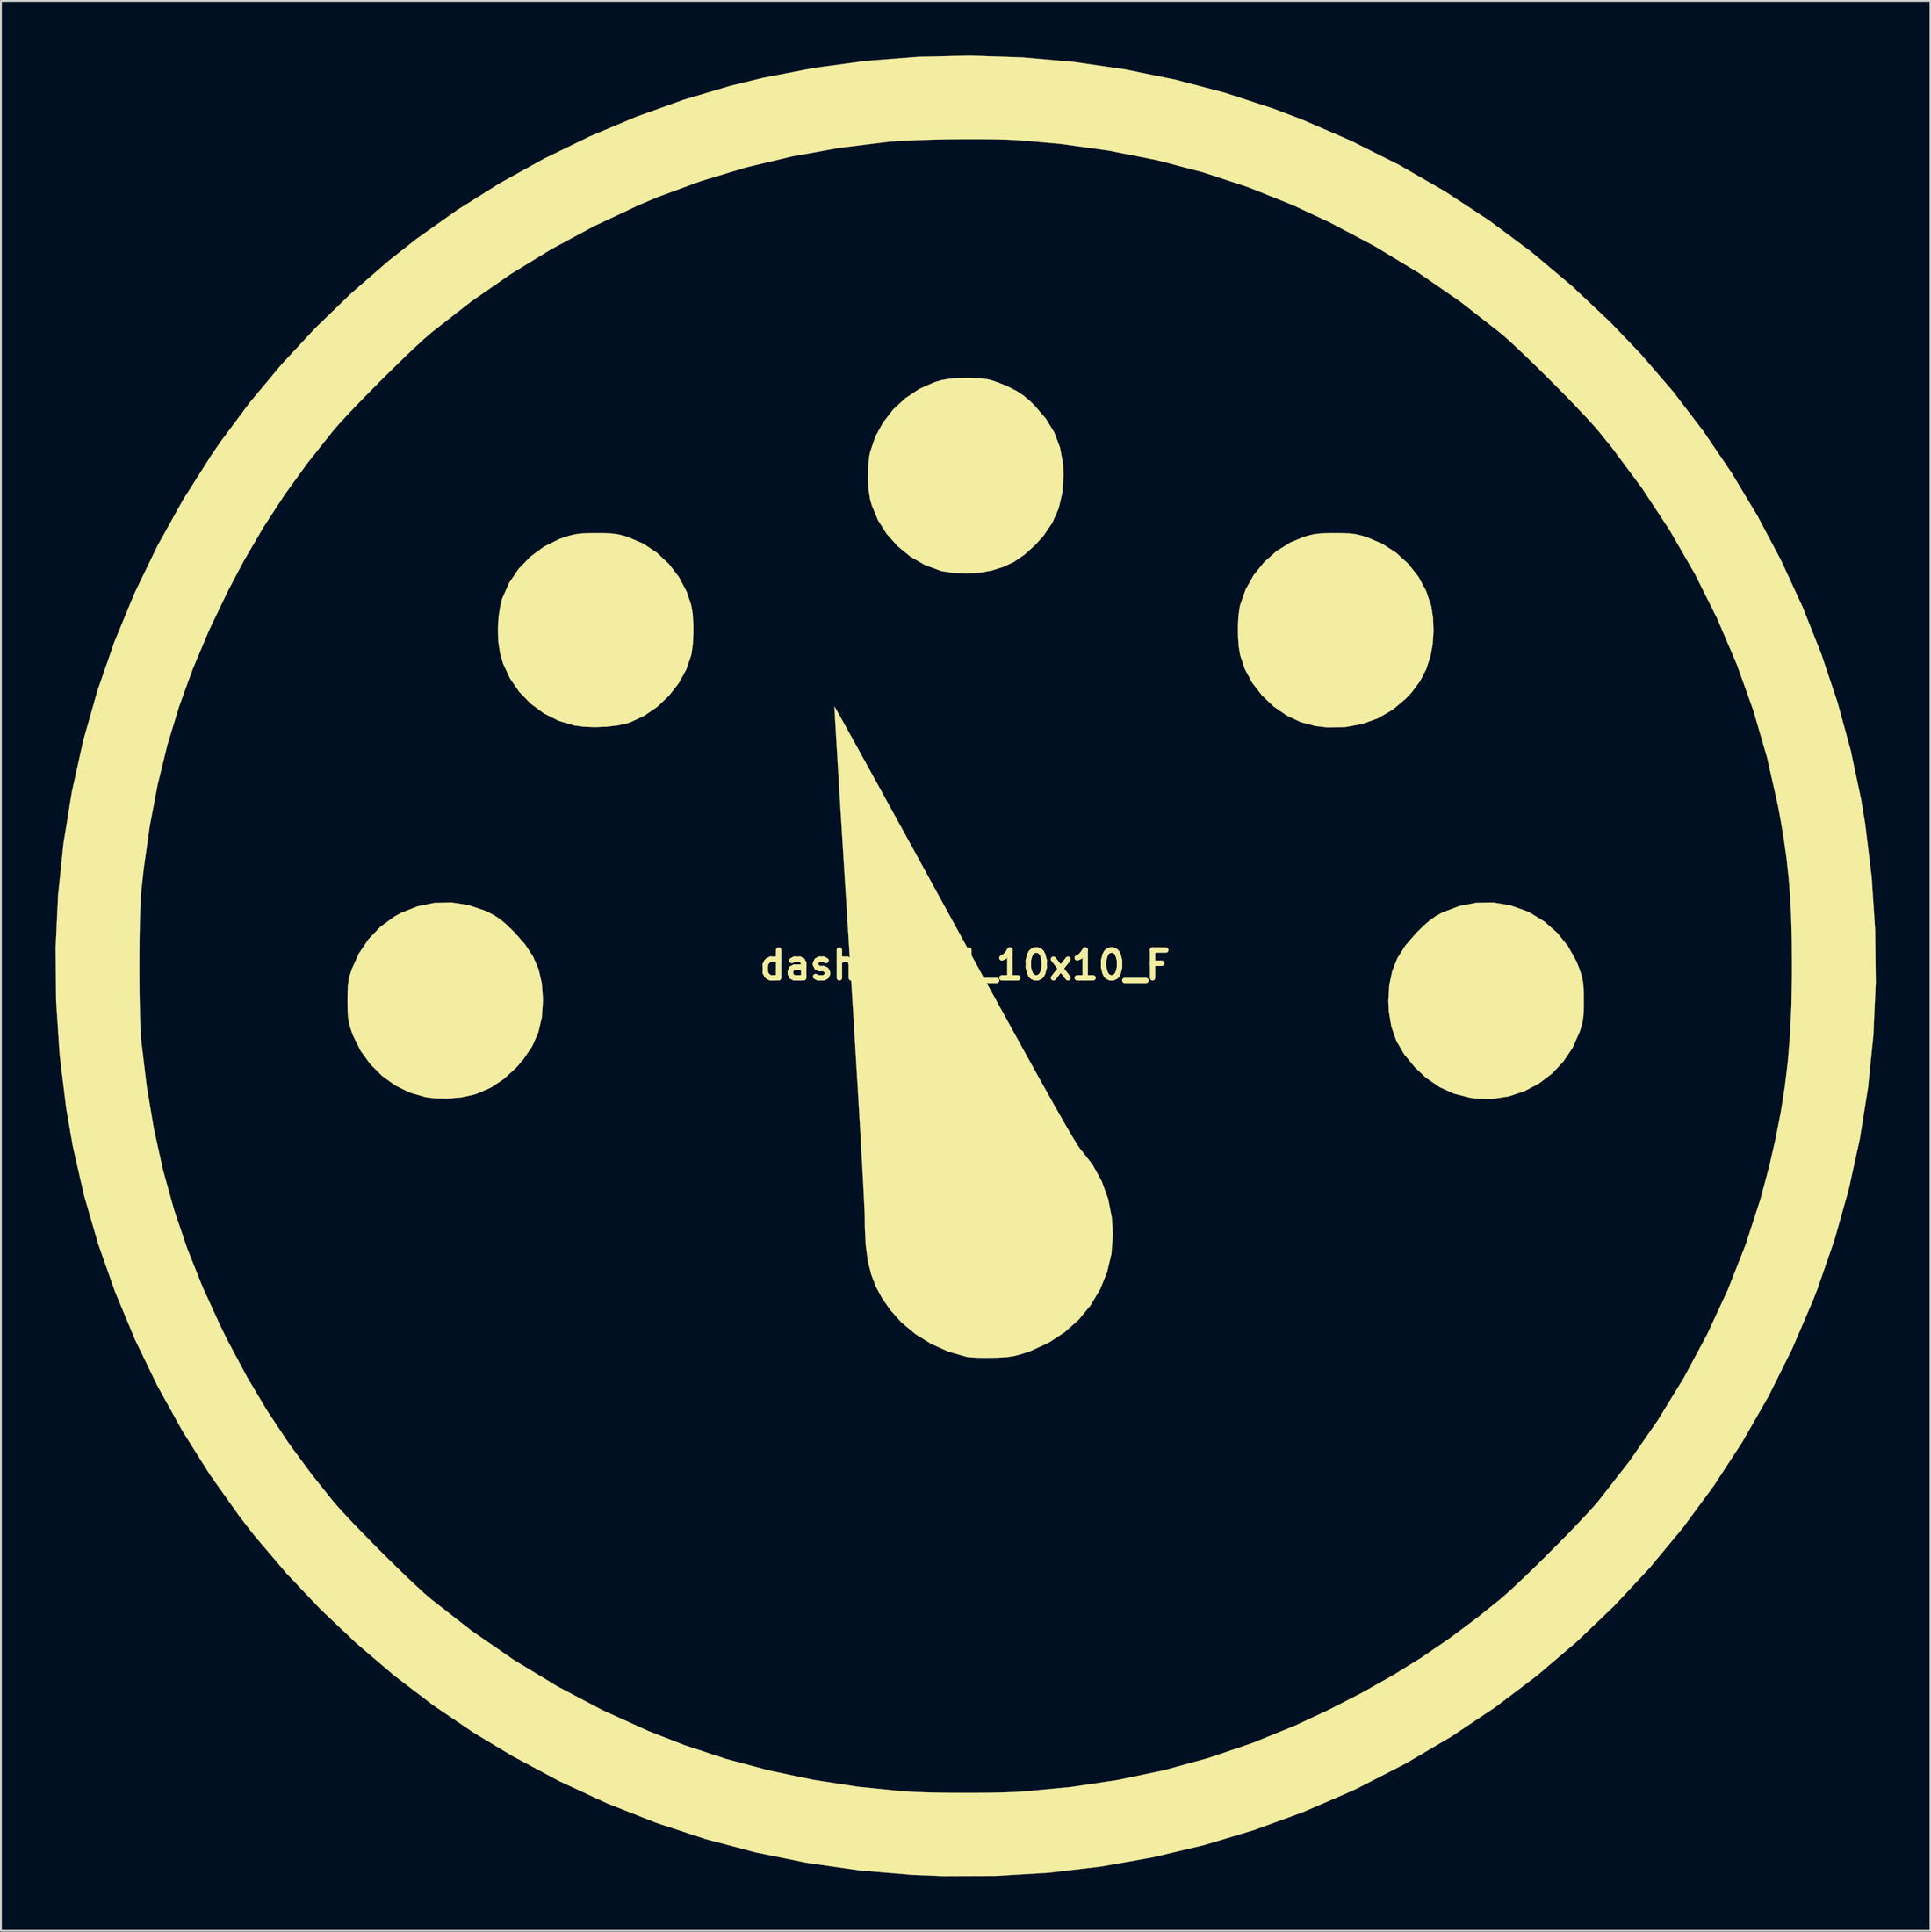
<source format=kicad_pcb>
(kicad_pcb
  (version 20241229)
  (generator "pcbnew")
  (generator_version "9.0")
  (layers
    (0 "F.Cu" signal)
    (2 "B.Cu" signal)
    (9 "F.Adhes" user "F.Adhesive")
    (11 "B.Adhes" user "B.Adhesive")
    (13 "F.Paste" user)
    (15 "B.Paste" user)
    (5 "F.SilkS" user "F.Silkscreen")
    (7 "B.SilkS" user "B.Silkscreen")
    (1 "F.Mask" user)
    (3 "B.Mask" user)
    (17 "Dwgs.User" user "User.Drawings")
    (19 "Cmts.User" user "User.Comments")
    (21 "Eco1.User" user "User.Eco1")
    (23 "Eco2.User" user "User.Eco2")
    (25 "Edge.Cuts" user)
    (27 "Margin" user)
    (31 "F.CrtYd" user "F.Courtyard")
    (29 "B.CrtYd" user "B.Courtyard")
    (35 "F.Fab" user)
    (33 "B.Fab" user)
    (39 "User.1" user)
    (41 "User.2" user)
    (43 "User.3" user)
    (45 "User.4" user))
  (footprint "dashboard_10x10_F"
    (layer "F.Cu")
    (at 49.94 49.951)
    (property "Reference" "dashboard_10x10_F" (at 0 0 0) (layer "F.SilkS") (effects (font (size 1.524 1.524) (thickness 0.3))))
    (attr through_hole)
    (fp_poly (pts (xy 20.803 -23.727) (xy 21.169 -23.708) (xy 21.472 -23.668) (xy 21.764 -23.599) (xy 22.074 -23.505) (xy 22.913 -23.146) (xy 23.677 -22.653) (xy 24.345 -22.044) (xy 24.903 -21.337) (xy 25.33 -20.552) (xy 25.608 -19.723) (xy 25.708 -19.072) (xy 25.734 -18.345) (xy 25.686 -17.615) (xy 25.571 -16.984) (xy 25.332 -16.252) (xy 25 -15.607) (xy 24.548 -15) (xy 24.213 -14.639) (xy 23.492 -14.03) (xy 22.686 -13.563) (xy 21.81 -13.242) (xy 20.878 -13.072) (xy 19.903 -13.056) (xy 19.249 -13.131) (xy 18.44 -13.349) (xy 17.668 -13.715) (xy 16.954 -14.209) (xy 16.32 -14.811) (xy 15.786 -15.499) (xy 15.376 -16.254) (xy 15.116 -17.027) (xy 15.039 -17.497) (xy 14.998 -18.06) (xy 14.994 -18.654) (xy 15.026 -19.218) (xy 15.095 -19.69) (xy 15.114 -19.773) (xy 15.417 -20.633) (xy 15.863 -21.426) (xy 16.434 -22.134) (xy 17.112 -22.737) (xy 17.879 -23.216) (xy 18.584 -23.509) (xy 18.908 -23.608) (xy 19.196 -23.673) (xy 19.503 -23.71) (xy 19.879 -23.728) (xy 20.32 -23.732) (xy 20.803 -23.727)) (stroke (width 0.01) (type solid)) (fill yes) (layer "F.SilkS"))
    (fp_poly (pts (xy -19.752 -23.727) (xy -19.385 -23.708) (xy -19.083 -23.667) (xy -18.793 -23.6) (xy -18.5 -23.509) (xy -17.671 -23.151) (xy -16.916 -22.651) (xy -16.253 -22.031) (xy -15.701 -21.309) (xy -15.276 -20.504) (xy -15.03 -19.773) (xy -14.953 -19.328) (xy -14.913 -18.778) (xy -14.91 -18.186) (xy -14.943 -17.611) (xy -15.012 -17.116) (xy -15.032 -17.027) (xy -15.3 -16.24) (xy -15.714 -15.49) (xy -16.252 -14.8) (xy -16.889 -14.196) (xy -17.602 -13.702) (xy -18.37 -13.343) (xy -18.542 -13.285) (xy -19.057 -13.167) (xy -19.674 -13.095) (xy -20.328 -13.07) (xy -20.958 -13.095) (xy -21.463 -13.165) (xy -22.328 -13.428) (xy -23.13 -13.835) (xy -23.852 -14.369) (xy -24.477 -15.014) (xy -24.985 -15.751) (xy -25.361 -16.564) (xy -25.532 -17.154) (xy -25.622 -17.766) (xy -25.646 -18.447) (xy -25.608 -19.136) (xy -25.509 -19.771) (xy -25.405 -20.151) (xy -25.027 -20.997) (xy -24.51 -21.761) (xy -23.871 -22.426) (xy -23.126 -22.976) (xy -22.293 -23.394) (xy -21.978 -23.508) (xy -21.651 -23.607) (xy -21.361 -23.672) (xy -21.053 -23.71) (xy -20.677 -23.728) (xy -20.235 -23.732) (xy -19.752 -23.727)) (stroke (width 0.01) (type solid)) (fill yes) (layer "F.SilkS"))
    (fp_poly (pts (xy 0.781 -32.232) (xy 1.246 -32.174) (xy 1.287 -32.166) (xy 1.573 -32.085) (xy 1.943 -31.951) (xy 2.331 -31.788) (xy 2.455 -31.73) (xy 2.872 -31.513) (xy 3.224 -31.278) (xy 3.574 -30.98) (xy 3.817 -30.743) (xy 4.445 -30.015) (xy 4.912 -29.248) (xy 5.224 -28.425) (xy 5.388 -27.531) (xy 5.417 -26.889) (xy 5.35 -25.939) (xy 5.147 -25.081) (xy 4.801 -24.296) (xy 4.303 -23.565) (xy 3.855 -23.07) (xy 3.275 -22.547) (xy 2.704 -22.155) (xy 2.093 -21.866) (xy 1.474 -21.673) (xy 0.826 -21.556) (xy 0.114 -21.511) (xy -0.593 -21.537) (xy -1.23 -21.634) (xy -1.355 -21.666) (xy -2.205 -21.981) (xy -2.991 -22.435) (xy -3.694 -23.01) (xy -4.295 -23.685) (xy -4.776 -24.442) (xy -5.116 -25.262) (xy -5.207 -25.59) (xy -5.29 -26.112) (xy -5.325 -26.724) (xy -5.313 -27.354) (xy -5.254 -27.929) (xy -5.207 -28.172) (xy -4.924 -29.015) (xy -4.494 -29.802) (xy -3.938 -30.514) (xy -3.273 -31.131) (xy -2.52 -31.635) (xy -1.698 -32.004) (xy -1.3 -32.124) (xy -0.872 -32.2) (xy -0.341 -32.244) (xy 0.231 -32.255) (xy 0.781 -32.232)) (stroke (width 0.01) (type solid)) (fill yes) (layer "F.SilkS"))
    (fp_poly (pts (xy 29.94 -3.292) (xy 30.84 -2.974) (xy 31.03 -2.884) (xy 31.833 -2.392) (xy 32.537 -1.77) (xy 33.126 -1.037) (xy 33.584 -0.21) (xy 33.753 0.215) (xy 33.856 0.526) (xy 33.924 0.797) (xy 33.964 1.077) (xy 33.984 1.417) (xy 33.989 1.868) (xy 33.989 1.947) (xy 33.985 2.419) (xy 33.968 2.773) (xy 33.931 3.058) (xy 33.868 3.327) (xy 33.771 3.629) (xy 33.753 3.68) (xy 33.369 4.535) (xy 32.857 5.296) (xy 32.235 5.954) (xy 31.52 6.497) (xy 30.728 6.916) (xy 29.878 7.2) (xy 28.986 7.339) (xy 28.07 7.322) (xy 27.751 7.279) (xy 26.868 7.055) (xy 26.062 6.689) (xy 25.315 6.172) (xy 24.712 5.605) (xy 24.126 4.892) (xy 23.698 4.156) (xy 23.42 3.372) (xy 23.279 2.514) (xy 23.256 1.947) (xy 23.308 1.078) (xy 23.471 0.306) (xy 23.76 -0.402) (xy 24.186 -1.075) (xy 24.765 -1.746) (xy 24.846 -1.83) (xy 25.23 -2.203) (xy 25.549 -2.478) (xy 25.848 -2.688) (xy 26.168 -2.866) (xy 26.262 -2.912) (xy 27.165 -3.255) (xy 28.089 -3.433) (xy 29.018 -3.445) (xy 29.94 -3.292)) (stroke (width 0.01) (type solid)) (fill yes) (layer "F.SilkS"))
    (fp_poly (pts (xy -27.279 -3.307) (xy -26.37 -3) (xy -26.177 -2.912) (xy -25.843 -2.737) (xy -25.543 -2.538) (xy -25.233 -2.283) (xy -24.871 -1.939) (xy -24.762 -1.83) (xy -24.164 -1.157) (xy -23.72 -0.485) (xy -23.415 0.216) (xy -23.237 0.979) (xy -23.172 1.835) (xy -23.172 1.947) (xy -23.234 2.863) (xy -23.428 3.689) (xy -23.764 4.451) (xy -24.253 5.175) (xy -24.627 5.605) (xy -25.316 6.242) (xy -26.042 6.724) (xy -26.826 7.064) (xy -26.961 7.107) (xy -27.655 7.258) (xy -28.421 7.325) (xy -29.183 7.304) (xy -29.63 7.242) (xy -30.478 6.997) (xy -31.277 6.603) (xy -32.008 6.076) (xy -32.651 5.435) (xy -33.186 4.697) (xy -33.595 3.878) (xy -33.669 3.68) (xy -33.771 3.368) (xy -33.839 3.098) (xy -33.879 2.818) (xy -33.899 2.478) (xy -33.905 2.026) (xy -33.905 1.947) (xy -33.9 1.475) (xy -33.883 1.122) (xy -33.847 0.836) (xy -33.783 0.568) (xy -33.686 0.265) (xy -33.669 0.215) (xy -33.278 -0.651) (xy -32.75 -1.431) (xy -32.1 -2.108) (xy -31.342 -2.665) (xy -30.946 -2.884) (xy -30.052 -3.237) (xy -29.134 -3.426) (xy -28.205 -3.449) (xy -27.279 -3.307)) (stroke (width 0.01) (type solid)) (fill yes) (layer "F.SilkS"))
    (fp_poly (pts (xy -7.12 -14.132) (xy -7 -13.921) (xy -6.807 -13.577) (xy -6.546 -13.108) (xy -6.222 -12.522) (xy -5.837 -11.827) (xy -5.397 -11.029) (xy -4.906 -10.138) (xy -4.368 -9.161) (xy -3.788 -8.106) (xy -3.169 -6.98) (xy -2.516 -5.791) (xy -1.834 -4.548) (xy -1.127 -3.258) (xy -0.584 -2.267) (xy 0.329 -0.6) (xy 1.165 0.923) (xy 1.927 2.308) (xy 2.616 3.56) (xy 3.237 4.685) (xy 3.792 5.686) (xy 4.284 6.571) (xy 4.716 7.344) (xy 5.092 8.01) (xy 5.414 8.576) (xy 5.684 9.045) (xy 5.907 9.423) (xy 6.085 9.716) (xy 6.22 9.93) (xy 6.317 10.068) (xy 6.358 10.118) (xy 7.006 10.943) (xy 7.51 11.855) (xy 7.868 12.841) (xy 8.074 13.892) (xy 8.127 14.801) (xy 8.045 15.853) (xy 7.807 16.858) (xy 7.422 17.803) (xy 6.899 18.676) (xy 6.249 19.462) (xy 5.481 20.149) (xy 4.605 20.724) (xy 3.63 21.174) (xy 3.387 21.26) (xy 3.008 21.381) (xy 2.686 21.461) (xy 2.364 21.511) (xy 1.984 21.54) (xy 1.524 21.556) (xy 1.077 21.56) (xy 0.656 21.551) (xy 0.308 21.531) (xy 0.091 21.503) (xy -0.899 21.218) (xy -1.846 20.795) (xy -2.719 20.253) (xy -3.493 19.608) (xy -4.103 18.923) (xy -4.543 18.287) (xy -4.889 17.645) (xy -5.148 16.97) (xy -5.33 16.232) (xy -5.442 15.403) (xy -5.492 14.454) (xy -5.496 13.961) (xy -5.501 13.74) (xy -5.517 13.359) (xy -5.542 12.83) (xy -5.576 12.163) (xy -5.618 11.366) (xy -5.669 10.451) (xy -5.727 9.427) (xy -5.792 8.305) (xy -5.863 7.095) (xy -5.94 5.806) (xy -6.022 4.449) (xy -6.108 3.034) (xy -6.198 1.571) (xy -6.292 0.07) (xy -6.341 -0.716) (xy -6.435 -2.211) (xy -6.526 -3.659) (xy -6.613 -5.052) (xy -6.696 -6.381) (xy -6.773 -7.637) (xy -6.846 -8.811) (xy -6.912 -9.893) (xy -6.972 -10.876) (xy -7.024 -11.749) (xy -7.069 -12.504) (xy -7.106 -13.132) (xy -7.134 -13.624) (xy -7.153 -13.971) (xy -7.162 -14.163) (xy -7.163 -14.202) (xy -7.12 -14.132)) (stroke (width 0.01) (type solid)) (fill yes) (layer "F.SilkS"))
    (fp_poly (pts (xy 3.136 -49.852) (xy 5.971 -49.601) (xy 8.78 -49.192) (xy 11.553 -48.627) (xy 14.28 -47.907) (xy 16.951 -47.032) (xy 18.5 -46.442) (xy 21.217 -45.264) (xy 23.834 -43.949) (xy 26.351 -42.498) (xy 28.769 -40.909) (xy 31.09 -39.182) (xy 33.314 -37.316) (xy 35.443 -35.31) (xy 37.109 -33.57) (xy 38.887 -31.507) (xy 40.555 -29.324) (xy 42.107 -27.035) (xy 43.538 -24.652) (xy 44.841 -22.189) (xy 46.009 -19.66) (xy 47.037 -17.076) (xy 47.917 -14.453) (xy 48.644 -11.802) (xy 49.211 -9.137) (xy 49.435 -7.789) (xy 49.794 -4.859) (xy 49.988 -1.937) (xy 50.02 0.971) (xy 49.889 3.858) (xy 49.597 6.718) (xy 49.144 9.544) (xy 48.531 12.33) (xy 47.758 15.07) (xy 46.826 17.756) (xy 46.587 18.373) (xy 45.43 21.066) (xy 44.131 23.67) (xy 42.694 26.179) (xy 41.124 28.589) (xy 39.423 30.898) (xy 37.596 33.099) (xy 35.647 35.189) (xy 33.58 37.165) (xy 31.398 39.021) (xy 29.106 40.754) (xy 26.707 42.359) (xy 24.206 43.832) (xy 21.605 45.17) (xy 21.221 45.352) (xy 18.574 46.5) (xy 15.873 47.488) (xy 13.122 48.316) (xy 10.327 48.982) (xy 7.492 49.487) (xy 4.622 49.828) (xy 1.723 50.004) (xy -1.2 50.016) (xy -2.879 49.948) (xy -5.788 49.701) (xy -8.651 49.291) (xy -11.468 48.719) (xy -14.238 47.984) (xy -16.963 47.085) (xy -19.642 46.024) (xy -22.277 44.8) (xy -24.866 43.412) (xy -26.98 42.137) (xy -29.182 40.647) (xy -31.331 39.01) (xy -33.406 37.242) (xy -35.39 35.362) (xy -37.262 33.387) (xy -39.004 31.335) (xy -39.831 30.271) (xy -41.469 27.963) (xy -42.976 25.566) (xy -44.347 23.091) (xy -45.577 20.55) (xy -46.661 17.954) (xy -47.594 15.315) (xy -48.371 12.644) (xy -48.988 9.953) (xy -49.351 7.874) (xy -49.712 4.921) (xy -49.906 1.983) (xy -49.924 0.146) (xy -45.337 0.146) (xy -45.333 1.011) (xy -45.323 1.843) (xy -45.306 2.615) (xy -45.283 3.296) (xy -45.254 3.859) (xy -45.228 4.191) (xy -44.933 6.64) (xy -44.542 8.972) (xy -44.047 11.215) (xy -43.44 13.396) (xy -42.713 15.544) (xy -41.857 17.685) (xy -40.866 19.848) (xy -40.464 20.659) (xy -39.429 22.597) (xy -38.338 24.432) (xy -37.164 26.203) (xy -35.878 27.953) (xy -34.705 29.422) (xy -34.4 29.775) (xy -33.991 30.22) (xy -33.503 30.738) (xy -32.955 31.304) (xy -32.37 31.898) (xy -31.771 32.497) (xy -31.178 33.08) (xy -30.614 33.625) (xy -30.101 34.11) (xy -29.66 34.513) (xy -29.337 34.792) (xy -27.098 36.54) (xy -24.774 38.144) (xy -22.371 39.602) (xy -19.895 40.909) (xy -17.351 42.063) (xy -15.407 42.824) (xy -13.141 43.575) (xy -10.778 44.211) (xy -8.348 44.725) (xy -5.885 45.11) (xy -3.419 45.36) (xy -3.26 45.371) (xy -2.67 45.403) (xy -1.953 45.427) (xy -1.148 45.442) (xy -0.294 45.45) (xy 0.569 45.449) (xy 1.403 45.441) (xy 2.168 45.424) (xy 2.825 45.398) (xy 3.133 45.38) (xy 5.809 45.127) (xy 8.395 44.738) (xy 10.907 44.21) (xy 13.361 43.536) (xy 15.774 42.714) (xy 18.162 41.739) (xy 19.964 40.895) (xy 21.781 39.961) (xy 23.468 39.012) (xy 25.064 38.023) (xy 26.608 36.969) (xy 28.138 35.825) (xy 29.422 34.792) (xy 29.777 34.483) (xy 30.225 34.073) (xy 30.743 33.583) (xy 31.31 33.034) (xy 31.904 32.449) (xy 32.503 31.849) (xy 33.086 31.257) (xy 33.629 30.694) (xy 34.112 30.181) (xy 34.513 29.742) (xy 34.79 29.422) (xy 36.492 27.24) (xy 38.059 24.978) (xy 39.486 22.647) (xy 40.769 20.256) (xy 41.901 17.815) (xy 42.879 15.334) (xy 43.696 12.823) (xy 44.181 11.007) (xy 44.524 9.507) (xy 44.805 8.074) (xy 45.027 6.672) (xy 45.196 5.263) (xy 45.315 3.811) (xy 45.388 2.279) (xy 45.42 0.63) (xy 45.422 0.042) (xy 45.412 -1.332) (xy 45.38 -2.573) (xy 45.324 -3.718) (xy 45.239 -4.802) (xy 45.123 -5.86) (xy 44.973 -6.928) (xy 44.785 -8.043) (xy 44.651 -8.763) (xy 44.058 -11.389) (xy 43.302 -13.982) (xy 42.385 -16.535) (xy 41.313 -19.04) (xy 40.087 -21.489) (xy 38.712 -23.874) (xy 37.191 -26.189) (xy 35.529 -28.425) (xy 34.791 -29.337) (xy 34.483 -29.692) (xy 34.072 -30.139) (xy 33.581 -30.658) (xy 33.032 -31.226) (xy 32.446 -31.821) (xy 31.846 -32.421) (xy 31.252 -33.004) (xy 30.689 -33.549) (xy 30.176 -34.032) (xy 29.737 -34.434) (xy 29.422 -34.706) (xy 27.212 -36.434) (xy 24.916 -38.021) (xy 22.527 -39.471) (xy 20.035 -40.791) (xy 17.992 -41.744) (xy 15.584 -42.713) (xy 13.107 -43.532) (xy 10.555 -44.204) (xy 7.926 -44.728) (xy 5.217 -45.106) (xy 2.963 -45.305) (xy 2.353 -45.335) (xy 1.616 -45.354) (xy 0.789 -45.363) (xy -0.093 -45.363) (xy -0.994 -45.353) (xy -1.878 -45.334) (xy -2.711 -45.306) (xy -3.456 -45.271) (xy -4.078 -45.228) (xy -4.233 -45.214) (xy -6.894 -44.883) (xy -9.496 -44.412) (xy -12.028 -43.806) (xy -14.477 -43.066) (xy -16.83 -42.198) (xy -17.907 -41.742) (xy -20.374 -40.579) (xy -22.716 -39.317) (xy -24.955 -37.944) (xy -27.114 -36.446) (xy -29.213 -34.809) (xy -29.337 -34.707) (xy -29.692 -34.399) (xy -30.14 -33.989) (xy -30.658 -33.498) (xy -31.225 -32.949) (xy -31.819 -32.364) (xy -32.419 -31.764) (xy -33.001 -31.172) (xy -33.545 -30.609) (xy -34.028 -30.097) (xy -34.428 -29.658) (xy -34.705 -29.337) (xy -36.104 -27.573) (xy -37.37 -25.821) (xy -38.529 -24.041) (xy -39.608 -22.192) (xy -40.463 -20.574) (xy -41.495 -18.424) (xy -42.389 -16.311) (xy -43.155 -14.206) (xy -43.801 -12.083) (xy -44.334 -9.911) (xy -44.763 -7.662) (xy -45.097 -5.309) (xy -45.228 -4.106) (xy -45.262 -3.653) (xy -45.289 -3.059) (xy -45.311 -2.353) (xy -45.326 -1.565) (xy -45.334 -0.722) (xy -45.337 0.146) (xy -49.924 0.146) (xy -49.935 -0.935) (xy -49.8 -3.83) (xy -49.502 -6.696) (xy -49.041 -9.529) (xy -48.42 -12.323) (xy -47.638 -15.075) (xy -46.698 -17.779) (xy -45.6 -20.431) (xy -44.345 -23.026) (xy -42.935 -25.56) (xy -41.37 -28.027) (xy -40.877 -28.744) (xy -39.283 -30.887) (xy -37.546 -32.97) (xy -35.685 -34.974) (xy -33.722 -36.876) (xy -31.678 -38.654) (xy -30.099 -39.897) (xy -27.867 -41.478) (xy -25.529 -42.946) (xy -23.104 -44.291) (xy -20.608 -45.507) (xy -18.06 -46.583) (xy -15.477 -47.513) (xy -12.877 -48.288) (xy -11.085 -48.727) (xy -8.267 -49.272) (xy -5.426 -49.657) (xy -2.572 -49.881) (xy 0.285 -49.946) (xy 3.136 -49.852)) (stroke (width 0.01) (type solid)) (fill yes) (layer "F.SilkS")))
  (gr_rect
    (start -3 -3)
    (end 102.965 102.972)
    (stroke (width 0.1) (type default))
    (fill no)
    (layer "Edge.Cuts")))
</source>
